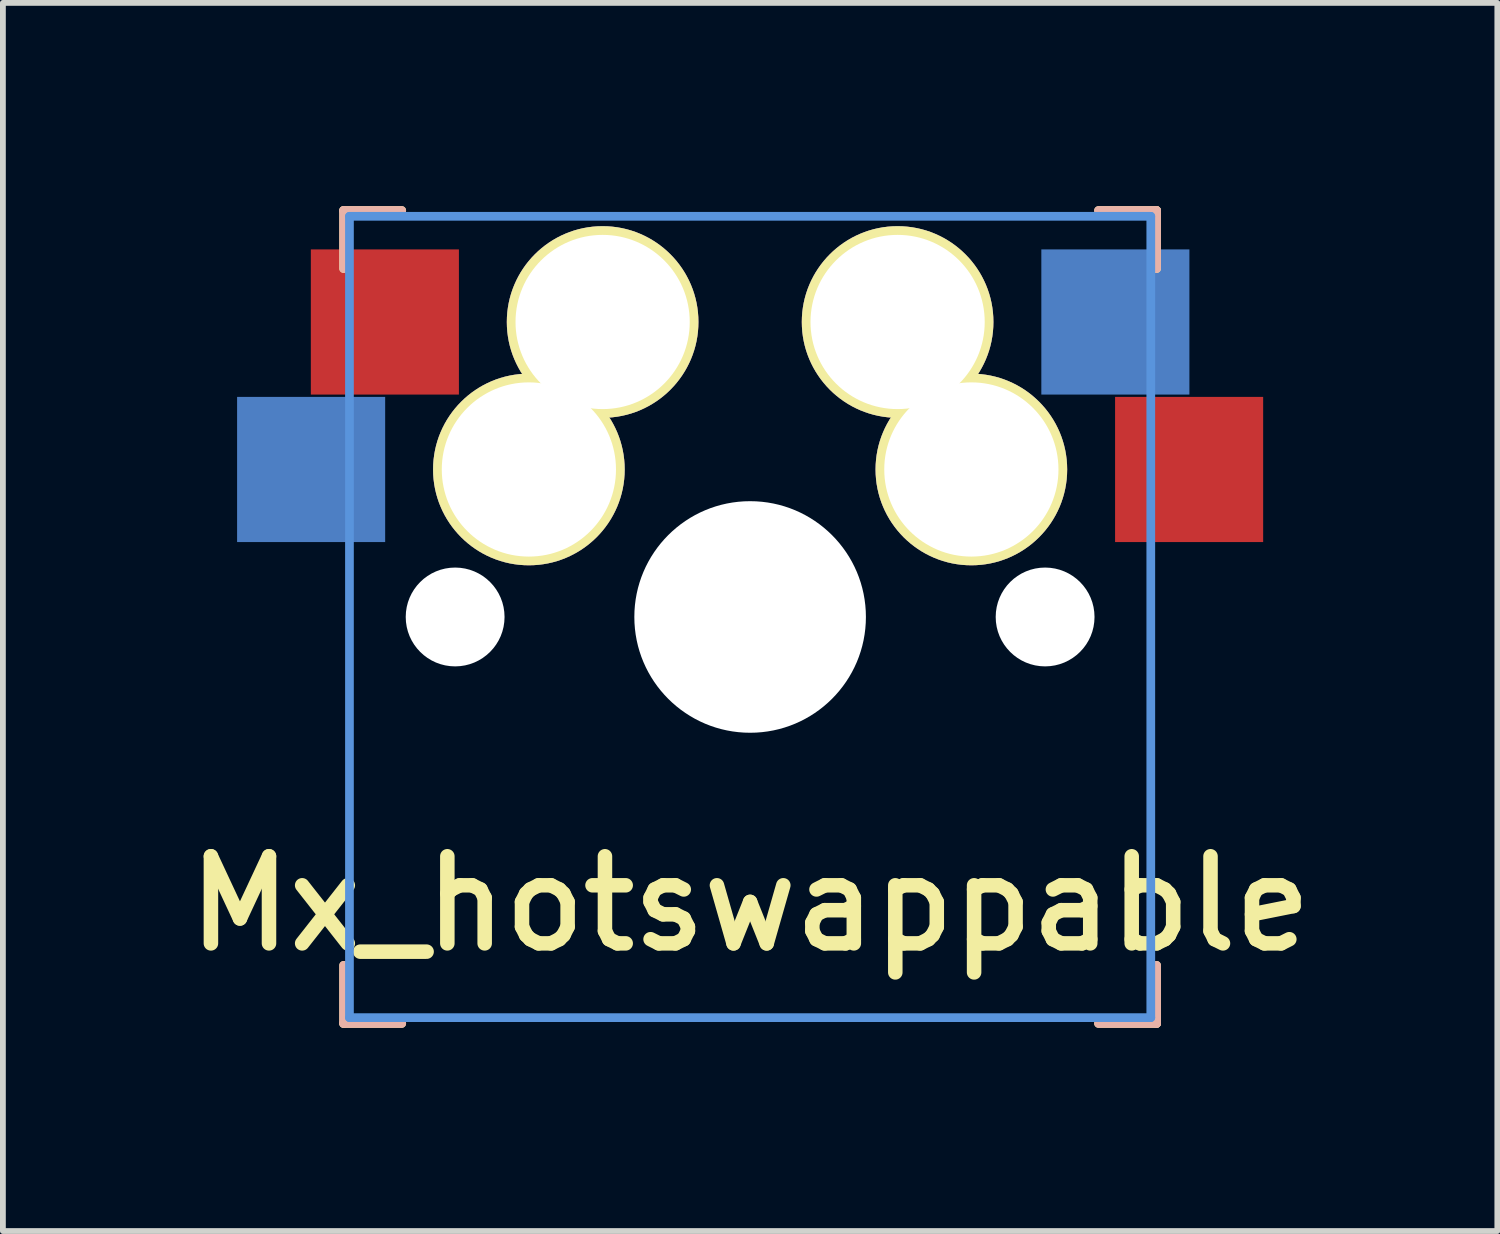
<source format=kicad_pcb>
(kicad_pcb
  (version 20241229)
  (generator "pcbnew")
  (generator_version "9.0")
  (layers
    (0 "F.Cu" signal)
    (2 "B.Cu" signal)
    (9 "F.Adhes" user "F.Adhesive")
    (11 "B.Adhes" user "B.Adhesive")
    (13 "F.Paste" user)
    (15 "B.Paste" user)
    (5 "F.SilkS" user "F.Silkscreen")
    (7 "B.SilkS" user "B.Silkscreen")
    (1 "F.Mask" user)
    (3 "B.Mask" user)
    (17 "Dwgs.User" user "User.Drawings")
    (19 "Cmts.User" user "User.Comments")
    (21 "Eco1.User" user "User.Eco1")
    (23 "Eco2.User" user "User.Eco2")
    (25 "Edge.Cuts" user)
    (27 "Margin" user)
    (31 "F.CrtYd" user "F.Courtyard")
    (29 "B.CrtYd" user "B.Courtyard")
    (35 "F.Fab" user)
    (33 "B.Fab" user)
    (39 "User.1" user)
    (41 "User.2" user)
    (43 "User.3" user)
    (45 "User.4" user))
  (footprint "Mx_hotswappable"
    (layer "F.Cu")
    (at 9.868 7.575)
    (property "Reference" "Mx_hotswappable" (at 0 4.94 0) (layer "F.SilkS") (effects (font (size 1.5 1.5) (thickness 0.25))))
    (attr through_hole)
    (fp_line (start -7 -7) (end -6 -7) (stroke (width 0.15) (type solid)) (layer "F.SilkS"))
    (fp_line (start -7 -6) (end -7 -7) (stroke (width 0.15) (type solid)) (layer "F.SilkS"))
    (fp_line (start -7 7) (end -7 6) (stroke (width 0.15) (type solid)) (layer "F.SilkS"))
    (fp_line (start -6 7) (end -7 7) (stroke (width 0.15) (type solid)) (layer "F.SilkS"))
    (fp_line (start 6 -7) (end 7 -7) (stroke (width 0.15) (type solid)) (layer "F.SilkS"))
    (fp_line (start 7 -7) (end 7 -6) (stroke (width 0.15) (type solid)) (layer "F.SilkS"))
    (fp_line (start 7 6) (end 7 7) (stroke (width 0.15) (type solid)) (layer "F.SilkS"))
    (fp_line (start 7 7) (end 6 7) (stroke (width 0.15) (type solid)) (layer "F.SilkS"))
    (fp_line (start -7 -7) (end -6 -7) (stroke (width 0.15) (type solid)) (layer "B.SilkS"))
    (fp_line (start -7 -6) (end -7 -7) (stroke (width 0.15) (type solid)) (layer "B.SilkS"))
    (fp_line (start -7 7) (end -7 6) (stroke (width 0.15) (type solid)) (layer "B.SilkS"))
    (fp_line (start -6 7) (end -7 7) (stroke (width 0.15) (type solid)) (layer "B.SilkS"))
    (fp_line (start 6 -7) (end 7 -7) (stroke (width 0.15) (type solid)) (layer "B.SilkS"))
    (fp_line (start 7 -7) (end 7 -6) (stroke (width 0.15) (type solid)) (layer "B.SilkS"))
    (fp_line (start 7 6) (end 7 7) (stroke (width 0.15) (type solid)) (layer "B.SilkS"))
    (fp_line (start 7 7) (end 6 7) (stroke (width 0.15) (type solid)) (layer "B.SilkS"))
    (fp_line (start -6.9 6.9) (end -6.9 -6.9) (stroke (width 0.15) (type solid)) (layer "Cmts.User"))
    (fp_line (start -6.9 6.9) (end 6.9 6.9) (stroke (width 0.15) (type solid)) (layer "Cmts.User"))
    (fp_line (start 6.9 -6.9) (end -6.9 -6.9) (stroke (width 0.15) (type solid)) (layer "Cmts.User"))
    (fp_line (start 6.9 -6.9) (end 6.9 6.9) (stroke (width 0.15) (type solid)) (layer "Cmts.User"))
    (fp_line (start -7.5 -7.5) (end 7.5 -7.5) (stroke (width 0.15) (type solid)) (layer "Eco2.User"))
    (fp_line (start -7.5 7.5) (end -7.5 -7.5) (stroke (width 0.15) (type solid)) (layer "Eco2.User"))
    (fp_line (start 7.5 -7.5) (end 7.5 7.5) (stroke (width 0.15) (type solid)) (layer "Eco2.User"))
    (fp_line (start 7.5 7.5) (end -7.5 7.5) (stroke (width 0.15) (type solid)) (layer "Eco2.User"))
    (pad "" np_thru_hole circle (at -5.08 0) (size 1.702 1.702) (drill 1.702) (layers "*.Cu" "*.Mask"))
    (pad "" np_thru_hole circle (at 0 0) (size 3.988 3.988) (drill 3.988) (layers "*.Cu" "*.Mask"))
    (pad "" np_thru_hole circle (at 5.08 0) (size 1.702 1.702) (drill 1.702) (layers "*.Cu" "*.Mask"))
    (pad "1" smd rect (at -6.29 -5.08) (size 2.55 2.5) (layers "F.Cu" "F.Mask" "F.Paste"))
    (pad "1" thru_hole circle (at -3.81 -2.54) (size 3.3 3.3) (drill 3) (layers "*.Cu" "*.Mask" "F.SilkS"))
    (pad "1" thru_hole circle (at -2.54 -5.08) (size 3.3 3.3) (drill 3) (layers "*.Cu" "*.Mask" "F.SilkS"))
    (pad "1" smd rect (at 6.29 -5.08) (size 2.55 2.5) (layers "B.Cu" "B.Mask" "B.Paste"))
    (pad "2" smd rect (at -7.56 -2.54) (size 2.55 2.5) (layers "B.Cu" "B.Mask" "B.Paste"))
    (pad "2" thru_hole circle (at 2.54 -5.08) (size 3.3 3.3) (drill 3) (layers "*.Cu" "*.Mask" "F.SilkS"))
    (pad "2" thru_hole circle (at 3.81 -2.54) (size 3.3 3.3) (drill 3) (layers "*.Cu" "*.Mask" "F.SilkS"))
    (pad "2" smd rect (at 7.56 -2.54) (size 2.55 2.5) (layers "F.Cu" "F.Mask" "F.Paste")))
  (gr_rect
    (start -3 -3)
    (end 22.736 18.15)
    (stroke (width 0.1) (type default))
    (fill no)
    (layer "Edge.Cuts")))
</source>
